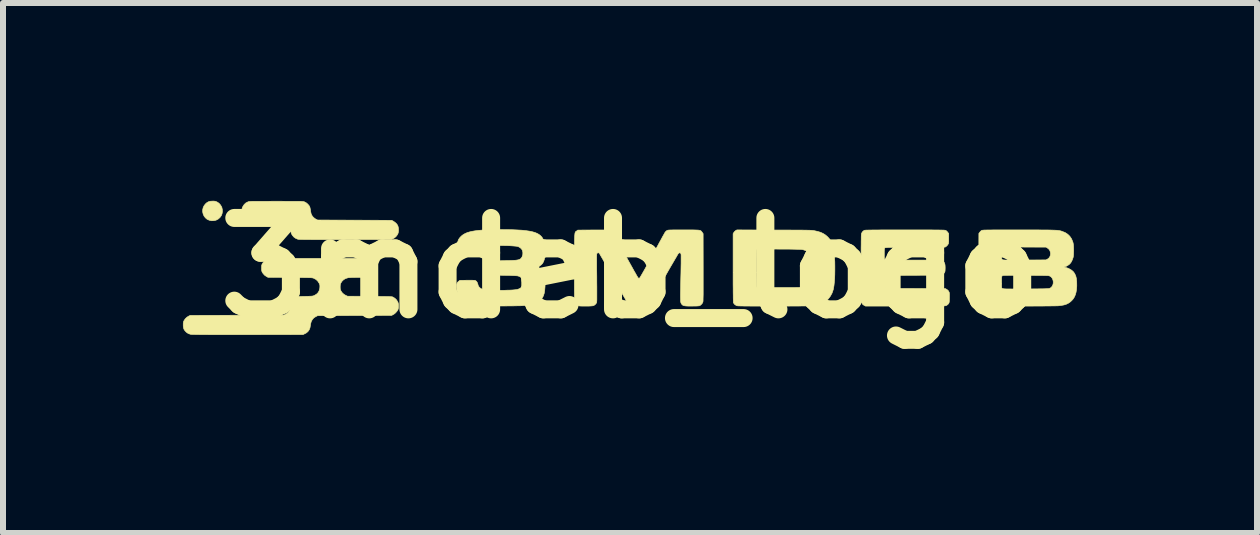
<source format=kicad_pcb>
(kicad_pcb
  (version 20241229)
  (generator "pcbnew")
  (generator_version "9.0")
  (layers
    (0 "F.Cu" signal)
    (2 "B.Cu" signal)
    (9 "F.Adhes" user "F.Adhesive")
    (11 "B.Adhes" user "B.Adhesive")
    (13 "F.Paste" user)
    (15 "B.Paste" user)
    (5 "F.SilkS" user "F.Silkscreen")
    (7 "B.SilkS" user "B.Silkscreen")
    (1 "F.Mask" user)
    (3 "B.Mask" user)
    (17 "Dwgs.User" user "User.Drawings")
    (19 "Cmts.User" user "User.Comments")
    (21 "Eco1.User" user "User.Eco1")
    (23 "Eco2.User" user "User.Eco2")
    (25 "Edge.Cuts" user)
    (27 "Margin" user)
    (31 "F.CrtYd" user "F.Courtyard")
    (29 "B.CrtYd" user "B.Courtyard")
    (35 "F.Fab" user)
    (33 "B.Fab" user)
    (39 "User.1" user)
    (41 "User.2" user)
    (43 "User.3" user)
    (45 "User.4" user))
  (footprint "3mdeb_logo"
    (layer "F.Cu")
    (at 7.46 1.418)
    (property "Reference" "3mdeb_logo" (at 0 0 0) (layer "F.SilkS") (effects (font (size 1.524 1.524) (thickness 0.3))))
    (attr through_hole)
    (fp_poly (pts (xy -6.943 -1.115) (xy -6.926 -1.113) (xy -6.912 -1.109) (xy -6.897 -1.103) (xy -6.892 -1.101) (xy -6.86 -1.08) (xy -6.834 -1.051) (xy -6.814 -1.017) (xy -6.812 -1.012) (xy -6.804 -0.977) (xy -6.802 -0.941) (xy -6.808 -0.905) (xy -6.82 -0.874) (xy -6.843 -0.842) (xy -6.873 -0.816) (xy -6.907 -0.798) (xy -6.945 -0.789) (xy -6.984 -0.788) (xy -7.023 -0.797) (xy -7.058 -0.813) (xy -7.086 -0.837) (xy -7.108 -0.866) (xy -7.123 -0.899) (xy -7.131 -0.934) (xy -7.131 -0.971) (xy -7.123 -1.007) (xy -7.107 -1.04) (xy -7.084 -1.069) (xy -7.059 -1.091) (xy -7.033 -1.105) (xy -7.003 -1.113) (xy -6.967 -1.115) (xy -6.943 -1.115)) (stroke (width 0.01) (type solid)) (fill yes) (layer "F.SilkS"))
    (fp_poly (pts (xy -5.828 -1.113) (xy -5.76 -1.112) (xy -5.701 -1.112) (xy -5.65 -1.112) (xy -5.607 -1.112) (xy -5.57 -1.112) (xy -5.54 -1.112) (xy -5.515 -1.111) (xy -5.495 -1.111) (xy -5.479 -1.11) (xy -5.466 -1.109) (xy -5.457 -1.108) (xy -5.449 -1.107) (xy -5.443 -1.105) (xy -5.438 -1.104) (xy -5.433 -1.102) (xy -5.405 -1.087) (xy -5.379 -1.065) (xy -5.357 -1.039) (xy -5.349 -1.026) (xy -5.343 -1.01) (xy -5.338 -0.987) (xy -5.334 -0.964) (xy -5.331 -0.941) (xy -5.326 -0.918) (xy -5.322 -0.9) (xy -5.321 -0.899) (xy -5.307 -0.871) (xy -5.285 -0.844) (xy -5.258 -0.823) (xy -5.244 -0.814) (xy -5.215 -0.8) (xy -3.98 -0.795) (xy -3.954 -0.781) (xy -3.923 -0.76) (xy -3.896 -0.734) (xy -3.88 -0.709) (xy -3.872 -0.686) (xy -3.867 -0.658) (xy -3.866 -0.628) (xy -3.869 -0.599) (xy -3.873 -0.58) (xy -3.887 -0.552) (xy -3.908 -0.525) (xy -3.934 -0.502) (xy -3.956 -0.489) (xy -3.985 -0.475) (xy -4.752 -0.474) (xy -4.861 -0.474) (xy -4.959 -0.474) (xy -5.049 -0.474) (xy -5.129 -0.474) (xy -5.201 -0.474) (xy -5.265 -0.474) (xy -5.321 -0.474) (xy -5.369 -0.475) (xy -5.411 -0.475) (xy -5.446 -0.475) (xy -5.475 -0.476) (xy -5.499 -0.476) (xy -5.517 -0.477) (xy -5.53 -0.478) (xy -5.539 -0.479) (xy -5.543 -0.479) (xy -5.581 -0.495) (xy -5.613 -0.518) (xy -5.638 -0.548) (xy -5.652 -0.574) (xy -5.656 -0.587) (xy -5.66 -0.607) (xy -5.663 -0.629) (xy -5.664 -0.635) (xy -5.672 -0.679) (xy -5.688 -0.716) (xy -5.711 -0.746) (xy -5.742 -0.77) (xy -5.76 -0.779) (xy -5.765 -0.781) (xy -5.771 -0.783) (xy -5.777 -0.785) (xy -5.786 -0.786) (xy -5.797 -0.788) (xy -5.813 -0.788) (xy -5.832 -0.789) (xy -5.857 -0.79) (xy -5.888 -0.791) (xy -5.926 -0.791) (xy -5.971 -0.792) (xy -6.026 -0.792) (xy -6.076 -0.792) (xy -6.137 -0.793) (xy -6.19 -0.794) (xy -6.234 -0.794) (xy -6.27 -0.795) (xy -6.3 -0.795) (xy -6.323 -0.796) (xy -6.341 -0.797) (xy -6.355 -0.798) (xy -6.366 -0.799) (xy -6.373 -0.8) (xy -6.379 -0.802) (xy -6.384 -0.804) (xy -6.389 -0.806) (xy -6.389 -0.806) (xy -6.422 -0.828) (xy -6.446 -0.855) (xy -6.462 -0.88) (xy -6.47 -0.898) (xy -6.474 -0.913) (xy -6.476 -0.93) (xy -6.477 -0.953) (xy -6.476 -0.975) (xy -6.474 -0.992) (xy -6.47 -1.008) (xy -6.461 -1.025) (xy -6.439 -1.059) (xy -6.411 -1.085) (xy -6.377 -1.102) (xy -6.372 -1.104) (xy -6.367 -1.106) (xy -6.36 -1.107) (xy -6.352 -1.108) (xy -6.342 -1.109) (xy -6.329 -1.11) (xy -6.312 -1.111) (xy -6.29 -1.111) (xy -6.264 -1.112) (xy -6.232 -1.112) (xy -6.194 -1.112) (xy -6.148 -1.112) (xy -6.096 -1.112) (xy -6.034 -1.112) (xy -5.964 -1.113) (xy -5.905 -1.113) (xy -5.828 -1.113)) (stroke (width 0.01) (type solid)) (fill yes) (layer "F.SilkS"))
    (fp_poly (pts (xy 2.395 -0.633) (xy 2.488 -0.633) (xy 2.57 -0.633) (xy 2.644 -0.633) (xy 2.709 -0.632) (xy 2.767 -0.632) (xy 2.817 -0.632) (xy 2.86 -0.632) (xy 2.898 -0.631) (xy 2.93 -0.631) (xy 2.957 -0.63) (xy 2.979 -0.63) (xy 2.998 -0.629) (xy 3.014 -0.628) (xy 3.027 -0.627) (xy 3.038 -0.626) (xy 3.047 -0.625) (xy 3.056 -0.624) (xy 3.064 -0.622) (xy 3.071 -0.621) (xy 3.124 -0.609) (xy 3.17 -0.595) (xy 3.209 -0.577) (xy 3.244 -0.556) (xy 3.276 -0.53) (xy 3.284 -0.523) (xy 3.311 -0.494) (xy 3.334 -0.464) (xy 3.353 -0.43) (xy 3.368 -0.392) (xy 3.381 -0.348) (xy 3.39 -0.298) (xy 3.398 -0.24) (xy 3.403 -0.173) (xy 3.403 -0.17) (xy 3.407 -0.104) (xy 3.408 -0.034) (xy 3.408 0.038) (xy 3.407 0.11) (xy 3.404 0.179) (xy 3.399 0.242) (xy 3.393 0.297) (xy 3.381 0.361) (xy 3.361 0.419) (xy 3.333 0.47) (xy 3.299 0.515) (xy 3.259 0.553) (xy 3.212 0.583) (xy 3.159 0.606) (xy 3.125 0.615) (xy 3.111 0.618) (xy 3.096 0.62) (xy 3.081 0.623) (xy 3.065 0.625) (xy 3.047 0.627) (xy 3.026 0.628) (xy 3.002 0.63) (xy 2.974 0.631) (xy 2.942 0.632) (xy 2.905 0.633) (xy 2.862 0.633) (xy 2.814 0.634) (xy 2.758 0.634) (xy 2.696 0.634) (xy 2.625 0.635) (xy 2.546 0.635) (xy 2.458 0.635) (xy 2.375 0.635) (xy 2.285 0.635) (xy 2.205 0.635) (xy 2.133 0.635) (xy 2.07 0.635) (xy 2.015 0.635) (xy 1.968 0.634) (xy 1.927 0.634) (xy 1.892 0.634) (xy 1.863 0.633) (xy 1.839 0.633) (xy 1.82 0.632) (xy 1.805 0.632) (xy 1.793 0.631) (xy 1.784 0.63) (xy 1.777 0.629) (xy 1.772 0.628) (xy 1.768 0.626) (xy 1.765 0.625) (xy 1.74 0.609) (xy 1.722 0.587) (xy 1.717 0.578) (xy 1.716 0.571) (xy 1.716 0.555) (xy 1.715 0.531) (xy 1.714 0.498) (xy 1.714 0.456) (xy 1.713 0.404) (xy 1.713 0.343) (xy 1.712 0.273) (xy 1.712 0.193) (xy 1.712 0.103) (xy 1.712 0.005) (xy 2.103 0.005) (xy 2.103 0.073) (xy 2.103 0.131) (xy 2.104 0.18) (xy 2.104 0.221) (xy 2.105 0.254) (xy 2.105 0.279) (xy 2.106 0.298) (xy 2.107 0.31) (xy 2.108 0.317) (xy 2.109 0.319) (xy 2.113 0.32) (xy 2.122 0.321) (xy 2.136 0.322) (xy 2.157 0.323) (xy 2.184 0.324) (xy 2.218 0.324) (xy 2.26 0.325) (xy 2.311 0.325) (xy 2.37 0.325) (xy 2.438 0.325) (xy 2.487 0.325) (xy 2.558 0.325) (xy 2.619 0.325) (xy 2.671 0.325) (xy 2.716 0.325) (xy 2.753 0.325) (xy 2.784 0.324) (xy 2.809 0.324) (xy 2.83 0.323) (xy 2.846 0.322) (xy 2.859 0.321) (xy 2.869 0.32) (xy 2.877 0.319) (xy 2.884 0.317) (xy 2.89 0.315) (xy 2.892 0.315) (xy 2.93 0.299) (xy 2.959 0.278) (xy 2.981 0.249) (xy 2.997 0.213) (xy 3 0.202) (xy 3.006 0.175) (xy 3.01 0.14) (xy 3.014 0.1) (xy 3.016 0.056) (xy 3.017 0.011) (xy 3.016 -0.033) (xy 3.016 -0.038) (xy 3.012 -0.097) (xy 3.007 -0.146) (xy 2.998 -0.188) (xy 2.987 -0.222) (xy 2.971 -0.249) (xy 2.952 -0.27) (xy 2.927 -0.287) (xy 2.898 -0.299) (xy 2.866 -0.308) (xy 2.854 -0.309) (xy 2.834 -0.31) (xy 2.807 -0.311) (xy 2.772 -0.312) (xy 2.732 -0.313) (xy 2.687 -0.314) (xy 2.638 -0.315) (xy 2.587 -0.315) (xy 2.534 -0.315) (xy 2.48 -0.315) (xy 2.426 -0.316) (xy 2.373 -0.315) (xy 2.322 -0.315) (xy 2.275 -0.315) (xy 2.231 -0.314) (xy 2.193 -0.313) (xy 2.161 -0.313) (xy 2.135 -0.312) (xy 2.118 -0.31) (xy 2.11 -0.309) (xy 2.109 -0.309) (xy 2.108 -0.305) (xy 2.107 -0.296) (xy 2.106 -0.281) (xy 2.105 -0.259) (xy 2.104 -0.231) (xy 2.104 -0.195) (xy 2.103 -0.151) (xy 2.103 -0.099) (xy 2.103 -0.037) (xy 2.103 0.005) (xy 1.712 0.005) (xy 1.712 0.004) (xy 1.712 -0.004) (xy 1.712 -0.572) (xy 1.724 -0.592) (xy 1.736 -0.608) (xy 1.752 -0.622) (xy 1.755 -0.624) (xy 1.775 -0.635) (xy 2.395 -0.633)) (stroke (width 0.01) (type solid)) (fill yes) (layer "F.SilkS"))
    (fp_poly (pts (xy -4.449 -0.149) (xy -4.418 -0.13) (xy -4.39 -0.104) (xy -4.37 -0.074) (xy -4.363 -0.06) (xy -4.359 -0.046) (xy -4.357 -0.031) (xy -4.356 -0.009) (xy -4.356 -0.003) (xy -4.357 0.021) (xy -4.358 0.038) (xy -4.362 0.051) (xy -4.368 0.065) (xy -4.37 0.069) (xy -4.393 0.102) (xy -4.424 0.13) (xy -4.45 0.144) (xy -4.46 0.149) (xy -4.469 0.152) (xy -4.479 0.154) (xy -4.492 0.156) (xy -4.509 0.157) (xy -4.532 0.157) (xy -4.563 0.157) (xy -4.58 0.157) (xy -4.613 0.158) (xy -4.645 0.158) (xy -4.673 0.16) (xy -4.695 0.161) (xy -4.709 0.162) (xy -4.709 0.163) (xy -4.749 0.175) (xy -4.782 0.195) (xy -4.81 0.223) (xy -4.827 0.25) (xy -4.833 0.264) (xy -4.837 0.278) (xy -4.838 0.297) (xy -4.839 0.315) (xy -4.838 0.338) (xy -4.837 0.354) (xy -4.833 0.367) (xy -4.826 0.381) (xy -4.824 0.385) (xy -4.803 0.415) (xy -4.776 0.439) (xy -4.745 0.457) (xy -4.717 0.47) (xy -4.348 0.472) (xy -4.278 0.473) (xy -4.217 0.473) (xy -4.165 0.474) (xy -4.12 0.474) (xy -4.083 0.475) (xy -4.053 0.476) (xy -4.028 0.476) (xy -4.009 0.477) (xy -3.993 0.478) (xy -3.982 0.479) (xy -3.973 0.48) (xy -3.967 0.482) (xy -3.962 0.483) (xy -3.96 0.484) (xy -3.926 0.505) (xy -3.898 0.533) (xy -3.882 0.56) (xy -3.873 0.578) (xy -3.869 0.593) (xy -3.866 0.61) (xy -3.866 0.632) (xy -3.867 0.66) (xy -3.871 0.681) (xy -3.876 0.696) (xy -3.893 0.722) (xy -3.916 0.748) (xy -3.942 0.769) (xy -3.955 0.776) (xy -3.98 0.79) (xy -5.215 0.795) (xy -5.243 0.809) (xy -5.277 0.83) (xy -5.302 0.858) (xy -5.321 0.892) (xy -5.332 0.933) (xy -5.335 0.954) (xy -5.342 0.996) (xy -5.356 1.031) (xy -5.377 1.06) (xy -5.405 1.083) (xy -5.424 1.093) (xy -5.458 1.11) (xy -6.383 1.111) (xy -6.502 1.111) (xy -6.612 1.111) (xy -6.712 1.111) (xy -6.803 1.111) (xy -6.885 1.111) (xy -6.959 1.111) (xy -7.026 1.111) (xy -7.084 1.11) (xy -7.135 1.11) (xy -7.18 1.11) (xy -7.218 1.109) (xy -7.25 1.109) (xy -7.276 1.108) (xy -7.297 1.108) (xy -7.313 1.107) (xy -7.324 1.107) (xy -7.331 1.106) (xy -7.333 1.105) (xy -7.365 1.095) (xy -7.391 1.08) (xy -7.412 1.062) (xy -7.431 1.04) (xy -7.444 1.019) (xy -7.451 0.996) (xy -7.455 0.968) (xy -7.455 0.95) (xy -7.455 0.926) (xy -7.453 0.909) (xy -7.45 0.895) (xy -7.445 0.883) (xy -7.441 0.876) (xy -7.421 0.846) (xy -7.393 0.82) (xy -7.362 0.801) (xy -7.338 0.79) (xy -5.779 0.785) (xy -5.755 0.774) (xy -5.722 0.753) (xy -5.696 0.726) (xy -5.678 0.691) (xy -5.666 0.65) (xy -5.664 0.633) (xy -5.661 0.61) (xy -5.656 0.587) (xy -5.651 0.57) (xy -5.65 0.567) (xy -5.632 0.538) (xy -5.607 0.511) (xy -5.579 0.49) (xy -5.576 0.489) (xy -5.567 0.484) (xy -5.56 0.481) (xy -5.551 0.479) (xy -5.54 0.477) (xy -5.526 0.476) (xy -5.506 0.475) (xy -5.479 0.474) (xy -5.445 0.473) (xy -5.423 0.473) (xy -5.384 0.472) (xy -5.353 0.471) (xy -5.33 0.47) (xy -5.312 0.469) (xy -5.299 0.467) (xy -5.289 0.465) (xy -5.28 0.462) (xy -5.271 0.458) (xy -5.268 0.457) (xy -5.233 0.436) (xy -5.206 0.409) (xy -5.189 0.377) (xy -5.179 0.34) (xy -5.178 0.324) (xy -5.177 0.303) (xy -5.178 0.287) (xy -5.181 0.274) (xy -5.188 0.257) (xy -5.191 0.252) (xy -5.213 0.218) (xy -5.242 0.191) (xy -5.278 0.172) (xy -5.279 0.171) (xy -5.284 0.169) (xy -5.29 0.167) (xy -5.296 0.166) (xy -5.304 0.164) (xy -5.314 0.163) (xy -5.328 0.162) (xy -5.345 0.161) (xy -5.367 0.161) (xy -5.394 0.16) (xy -5.427 0.16) (xy -5.467 0.159) (xy -5.514 0.159) (xy -5.57 0.158) (xy -5.635 0.158) (xy -5.674 0.157) (xy -6.043 0.155) (xy -6.07 0.14) (xy -6.101 0.118) (xy -6.126 0.089) (xy -6.138 0.07) (xy -6.144 0.057) (xy -6.147 0.044) (xy -6.149 0.027) (xy -6.149 0.004) (xy -6.149 0) (xy -6.149 -0.024) (xy -6.148 -0.04) (xy -6.145 -0.053) (xy -6.14 -0.065) (xy -6.134 -0.075) (xy -6.114 -0.105) (xy -6.087 -0.129) (xy -6.056 -0.147) (xy -6.027 -0.16) (xy -4.473 -0.16) (xy -4.449 -0.149)) (stroke (width 0.01) (type solid)) (fill yes) (layer "F.SilkS"))
    (fp_poly (pts (xy -2.052 -0.639) (xy -1.962 -0.638) (xy -1.881 -0.634) (xy -1.808 -0.63) (xy -1.744 -0.623) (xy -1.687 -0.615) (xy -1.638 -0.605) (xy -1.595 -0.593) (xy -1.558 -0.578) (xy -1.527 -0.561) (xy -1.501 -0.541) (xy -1.479 -0.519) (xy -1.462 -0.493) (xy -1.449 -0.465) (xy -1.438 -0.433) (xy -1.434 -0.416) (xy -1.43 -0.393) (xy -1.428 -0.362) (xy -1.426 -0.327) (xy -1.425 -0.289) (xy -1.425 -0.251) (xy -1.426 -0.215) (xy -1.429 -0.183) (xy -1.432 -0.158) (xy -1.434 -0.148) (xy -1.447 -0.11) (xy -1.463 -0.079) (xy -1.485 -0.055) (xy -1.512 -0.035) (xy -1.548 -0.018) (xy -1.564 -0.012) (xy -1.596 -0.001) (xy -1.562 0.01) (xy -1.526 0.025) (xy -1.495 0.044) (xy -1.471 0.069) (xy -1.452 0.098) (xy -1.438 0.134) (xy -1.429 0.177) (xy -1.424 0.228) (xy -1.423 0.288) (xy -1.424 0.312) (xy -1.429 0.37) (xy -1.437 0.421) (xy -1.451 0.464) (xy -1.47 0.501) (xy -1.495 0.532) (xy -1.527 0.558) (xy -1.566 0.579) (xy -1.612 0.596) (xy -1.668 0.61) (xy -1.733 0.621) (xy -1.748 0.623) (xy -1.763 0.625) (xy -1.781 0.626) (xy -1.802 0.628) (xy -1.826 0.629) (xy -1.856 0.63) (xy -1.891 0.63) (xy -1.932 0.631) (xy -1.98 0.632) (xy -2.037 0.632) (xy -2.103 0.633) (xy -2.118 0.633) (xy -2.175 0.633) (xy -2.231 0.633) (xy -2.283 0.633) (xy -2.332 0.632) (xy -2.377 0.632) (xy -2.415 0.632) (xy -2.446 0.631) (xy -2.469 0.63) (xy -2.482 0.63) (xy -2.544 0.624) (xy -2.597 0.617) (xy -2.643 0.609) (xy -2.683 0.6) (xy -2.718 0.588) (xy -2.75 0.575) (xy -2.752 0.574) (xy -2.793 0.55) (xy -2.827 0.522) (xy -2.854 0.488) (xy -2.874 0.449) (xy -2.888 0.403) (xy -2.895 0.349) (xy -2.897 0.312) (xy -2.897 0.283) (xy -2.893 0.261) (xy -2.886 0.244) (xy -2.873 0.229) (xy -2.862 0.22) (xy -2.843 0.206) (xy -2.721 0.204) (xy -2.676 0.204) (xy -2.641 0.204) (xy -2.614 0.205) (xy -2.596 0.206) (xy -2.586 0.208) (xy -2.585 0.209) (xy -2.566 0.222) (xy -2.553 0.243) (xy -2.545 0.266) (xy -2.536 0.297) (xy -2.521 0.32) (xy -2.5 0.338) (xy -2.472 0.353) (xy -2.465 0.356) (xy -2.455 0.359) (xy -2.444 0.362) (xy -2.432 0.364) (xy -2.416 0.366) (xy -2.395 0.368) (xy -2.368 0.369) (xy -2.333 0.37) (xy -2.306 0.371) (xy -2.258 0.372) (xy -2.208 0.372) (xy -2.157 0.372) (xy -2.106 0.372) (xy -2.058 0.37) (xy -2.012 0.369) (xy -1.971 0.367) (xy -1.936 0.364) (xy -1.908 0.361) (xy -1.889 0.358) (xy -1.887 0.358) (xy -1.853 0.346) (xy -1.827 0.33) (xy -1.81 0.308) (xy -1.799 0.279) (xy -1.796 0.244) (xy -1.796 0.241) (xy -1.796 0.219) (xy -1.799 0.202) (xy -1.803 0.189) (xy -1.808 0.179) (xy -1.825 0.157) (xy -1.848 0.141) (xy -1.878 0.132) (xy -1.889 0.13) (xy -1.908 0.129) (xy -1.936 0.127) (xy -1.969 0.126) (xy -2.006 0.124) (xy -2.047 0.123) (xy -2.073 0.123) (xy -2.121 0.122) (xy -2.161 0.121) (xy -2.193 0.119) (xy -2.218 0.118) (xy -2.237 0.116) (xy -2.252 0.113) (xy -2.263 0.109) (xy -2.271 0.103) (xy -2.278 0.097) (xy -2.285 0.089) (xy -2.29 0.083) (xy -2.296 0.073) (xy -2.301 0.064) (xy -2.303 0.052) (xy -2.305 0.035) (xy -2.306 0.014) (xy -2.306 -0.01) (xy -2.306 -0.032) (xy -2.305 -0.049) (xy -2.304 -0.054) (xy -2.297 -0.072) (xy -2.283 -0.09) (xy -2.267 -0.106) (xy -2.25 -0.116) (xy -2.249 -0.116) (xy -2.24 -0.118) (xy -2.222 -0.119) (xy -2.197 -0.12) (xy -2.166 -0.121) (xy -2.13 -0.122) (xy -2.091 -0.123) (xy -2.078 -0.124) (xy -2.022 -0.125) (xy -1.976 -0.126) (xy -1.938 -0.128) (xy -1.908 -0.13) (xy -1.883 -0.134) (xy -1.863 -0.138) (xy -1.848 -0.144) (xy -1.836 -0.151) (xy -1.825 -0.159) (xy -1.819 -0.166) (xy -1.804 -0.19) (xy -1.795 -0.221) (xy -1.793 -0.254) (xy -1.799 -0.287) (xy -1.81 -0.31) (xy -1.829 -0.331) (xy -1.853 -0.348) (xy -1.875 -0.358) (xy -1.893 -0.362) (xy -1.92 -0.365) (xy -1.956 -0.368) (xy -1.998 -0.371) (xy -2.047 -0.373) (xy -2.101 -0.374) (xy -2.159 -0.375) (xy -2.207 -0.376) (xy -2.27 -0.375) (xy -2.324 -0.374) (xy -2.369 -0.372) (xy -2.405 -0.369) (xy -2.435 -0.365) (xy -2.458 -0.361) (xy -2.473 -0.355) (xy -2.5 -0.34) (xy -2.522 -0.318) (xy -2.537 -0.294) (xy -2.54 -0.284) (xy -2.552 -0.25) (xy -2.567 -0.226) (xy -2.577 -0.216) (xy -2.582 -0.213) (xy -2.588 -0.21) (xy -2.596 -0.209) (xy -2.607 -0.207) (xy -2.623 -0.206) (xy -2.645 -0.206) (xy -2.674 -0.206) (xy -2.713 -0.206) (xy -2.715 -0.206) (xy -2.753 -0.206) (xy -2.783 -0.206) (xy -2.805 -0.206) (xy -2.821 -0.207) (xy -2.833 -0.208) (xy -2.841 -0.21) (xy -2.848 -0.213) (xy -2.854 -0.216) (xy -2.857 -0.218) (xy -2.873 -0.234) (xy -2.887 -0.255) (xy -2.889 -0.258) (xy -2.894 -0.27) (xy -2.898 -0.279) (xy -2.9 -0.29) (xy -2.9 -0.303) (xy -2.898 -0.321) (xy -2.896 -0.342) (xy -2.89 -0.387) (xy -2.883 -0.423) (xy -2.874 -0.453) (xy -2.863 -0.479) (xy -2.847 -0.502) (xy -2.828 -0.523) (xy -2.826 -0.525) (xy -2.804 -0.545) (xy -2.779 -0.562) (xy -2.751 -0.577) (xy -2.718 -0.591) (xy -2.68 -0.602) (xy -2.638 -0.612) (xy -2.589 -0.62) (xy -2.534 -0.627) (xy -2.471 -0.632) (xy -2.401 -0.636) (xy -2.322 -0.638) (xy -2.235 -0.64) (xy -2.151 -0.64) (xy -2.052 -0.639)) (stroke (width 0.01) (type solid)) (fill yes) (layer "F.SilkS"))
    (fp_poly (pts (xy 4.674 -0.635) (xy 4.76 -0.635) (xy 4.837 -0.635) (xy 4.905 -0.635) (xy 4.965 -0.635) (xy 5.018 -0.635) (xy 5.064 -0.634) (xy 5.103 -0.634) (xy 5.136 -0.634) (xy 5.164 -0.633) (xy 5.187 -0.633) (xy 5.206 -0.632) (xy 5.22 -0.632) (xy 5.232 -0.631) (xy 5.241 -0.63) (xy 5.247 -0.629) (xy 5.252 -0.628) (xy 5.255 -0.627) (xy 5.258 -0.626) (xy 5.272 -0.616) (xy 5.286 -0.601) (xy 5.291 -0.595) (xy 5.306 -0.573) (xy 5.306 -0.494) (xy 5.306 -0.463) (xy 5.306 -0.441) (xy 5.304 -0.425) (xy 5.303 -0.413) (xy 5.3 -0.404) (xy 5.296 -0.396) (xy 5.294 -0.394) (xy 5.283 -0.378) (xy 5.268 -0.363) (xy 5.264 -0.361) (xy 5.246 -0.348) (xy 4.746 -0.345) (xy 4.664 -0.345) (xy 4.591 -0.345) (xy 4.527 -0.344) (xy 4.472 -0.344) (xy 4.424 -0.343) (xy 4.383 -0.343) (xy 4.349 -0.343) (xy 4.321 -0.342) (xy 4.299 -0.342) (xy 4.281 -0.341) (xy 4.267 -0.34) (xy 4.257 -0.339) (xy 4.25 -0.338) (xy 4.245 -0.337) (xy 4.242 -0.336) (xy 4.24 -0.334) (xy 4.239 -0.333) (xy 4.236 -0.327) (xy 4.234 -0.316) (xy 4.233 -0.299) (xy 4.232 -0.274) (xy 4.232 -0.241) (xy 4.232 -0.238) (xy 4.232 -0.206) (xy 4.232 -0.183) (xy 4.233 -0.167) (xy 4.234 -0.156) (xy 4.237 -0.149) (xy 4.24 -0.144) (xy 4.242 -0.142) (xy 4.244 -0.141) (xy 4.246 -0.139) (xy 4.25 -0.138) (xy 4.255 -0.136) (xy 4.263 -0.136) (xy 4.274 -0.135) (xy 4.289 -0.134) (xy 4.308 -0.133) (xy 4.332 -0.133) (xy 4.362 -0.133) (xy 4.398 -0.132) (xy 4.44 -0.132) (xy 4.491 -0.132) (xy 4.549 -0.132) (xy 4.616 -0.132) (xy 4.692 -0.132) (xy 4.713 -0.132) (xy 4.792 -0.132) (xy 4.862 -0.132) (xy 4.922 -0.132) (xy 4.975 -0.132) (xy 5.02 -0.131) (xy 5.057 -0.131) (xy 5.089 -0.131) (xy 5.115 -0.13) (xy 5.136 -0.13) (xy 5.153 -0.129) (xy 5.165 -0.128) (xy 5.175 -0.127) (xy 5.182 -0.126) (xy 5.188 -0.125) (xy 5.192 -0.123) (xy 5.195 -0.122) (xy 5.215 -0.111) (xy 5.229 -0.096) (xy 5.239 -0.076) (xy 5.245 -0.05) (xy 5.247 -0.016) (xy 5.247 0.008) (xy 5.246 0.033) (xy 5.245 0.051) (xy 5.242 0.063) (xy 5.239 0.072) (xy 5.233 0.08) (xy 5.231 0.083) (xy 5.226 0.089) (xy 5.223 0.094) (xy 5.219 0.099) (xy 5.215 0.103) (xy 5.21 0.107) (xy 5.202 0.11) (xy 5.193 0.112) (xy 5.18 0.114) (xy 5.164 0.116) (xy 5.143 0.117) (xy 5.118 0.118) (xy 5.086 0.119) (xy 5.049 0.12) (xy 5.005 0.12) (xy 4.953 0.121) (xy 4.894 0.121) (xy 4.825 0.121) (xy 4.748 0.122) (xy 4.718 0.122) (xy 4.638 0.122) (xy 4.568 0.123) (xy 4.506 0.123) (xy 4.453 0.124) (xy 4.408 0.124) (xy 4.369 0.124) (xy 4.338 0.125) (xy 4.312 0.125) (xy 4.291 0.126) (xy 4.274 0.127) (xy 4.262 0.128) (xy 4.253 0.128) (xy 4.247 0.13) (xy 4.243 0.131) (xy 4.241 0.132) (xy 4.239 0.134) (xy 4.239 0.134) (xy 4.236 0.14) (xy 4.234 0.151) (xy 4.233 0.168) (xy 4.232 0.191) (xy 4.232 0.224) (xy 4.232 0.234) (xy 4.232 0.267) (xy 4.232 0.291) (xy 4.233 0.307) (xy 4.234 0.319) (xy 4.236 0.326) (xy 4.239 0.33) (xy 4.241 0.332) (xy 4.243 0.333) (xy 4.247 0.334) (xy 4.253 0.336) (xy 4.261 0.336) (xy 4.273 0.337) (xy 4.289 0.338) (xy 4.31 0.339) (xy 4.335 0.339) (xy 4.366 0.34) (xy 4.404 0.34) (xy 4.448 0.34) (xy 4.5 0.341) (xy 4.56 0.341) (xy 4.629 0.341) (xy 4.707 0.341) (xy 4.75 0.342) (xy 5.25 0.343) (xy 5.274 0.357) (xy 5.295 0.373) (xy 5.308 0.393) (xy 5.313 0.403) (xy 5.316 0.412) (xy 5.317 0.424) (xy 5.318 0.439) (xy 5.318 0.46) (xy 5.318 0.488) (xy 5.318 0.497) (xy 5.317 0.527) (xy 5.316 0.549) (xy 5.315 0.565) (xy 5.313 0.575) (xy 5.31 0.583) (xy 5.306 0.59) (xy 5.302 0.597) (xy 5.288 0.611) (xy 5.271 0.623) (xy 5.266 0.625) (xy 5.263 0.627) (xy 5.259 0.628) (xy 5.254 0.629) (xy 5.247 0.63) (xy 5.238 0.631) (xy 5.226 0.632) (xy 5.211 0.632) (xy 5.192 0.633) (xy 5.168 0.633) (xy 5.14 0.634) (xy 5.106 0.634) (xy 5.067 0.634) (xy 5.021 0.634) (xy 4.968 0.635) (xy 4.907 0.635) (xy 4.839 0.635) (xy 4.761 0.635) (xy 4.675 0.635) (xy 4.582 0.635) (xy 3.919 0.635) (xy 3.898 0.624) (xy 3.875 0.609) (xy 3.859 0.587) (xy 3.851 0.569) (xy 3.851 0.562) (xy 3.85 0.545) (xy 3.849 0.519) (xy 3.848 0.486) (xy 3.848 0.446) (xy 3.847 0.399) (xy 3.847 0.347) (xy 3.846 0.291) (xy 3.846 0.231) (xy 3.846 0.169) (xy 3.845 0.104) (xy 3.845 0.038) (xy 3.845 -0.029) (xy 3.845 -0.095) (xy 3.845 -0.16) (xy 3.846 -0.223) (xy 3.846 -0.284) (xy 3.846 -0.34) (xy 3.847 -0.393) (xy 3.847 -0.44) (xy 3.848 -0.481) (xy 3.848 -0.516) (xy 3.849 -0.542) (xy 3.85 -0.561) (xy 3.851 -0.57) (xy 3.851 -0.57) (xy 3.861 -0.593) (xy 3.878 -0.614) (xy 3.898 -0.627) (xy 3.9 -0.628) (xy 3.904 -0.629) (xy 3.91 -0.63) (xy 3.921 -0.631) (xy 3.935 -0.632) (xy 3.953 -0.632) (xy 3.977 -0.633) (xy 4.005 -0.633) (xy 4.04 -0.634) (xy 4.081 -0.634) (xy 4.128 -0.634) (xy 4.183 -0.635) (xy 4.246 -0.635) (xy 4.317 -0.635) (xy 4.397 -0.635) (xy 4.486 -0.635) (xy 4.578 -0.635) (xy 4.674 -0.635)) (stroke (width 0.01) (type solid)) (fill yes) (layer "F.SilkS"))
    (fp_poly (pts (xy 6.564 -0.635) (xy 6.65 -0.635) (xy 6.726 -0.635) (xy 6.795 -0.635) (xy 6.855 -0.634) (xy 6.908 -0.634) (xy 6.954 -0.634) (xy 6.994 -0.633) (xy 7.029 -0.632) (xy 7.058 -0.631) (xy 7.083 -0.63) (xy 7.105 -0.629) (xy 7.123 -0.627) (xy 7.138 -0.625) (xy 7.152 -0.623) (xy 7.164 -0.621) (xy 7.175 -0.618) (xy 7.185 -0.615) (xy 7.196 -0.611) (xy 7.247 -0.591) (xy 7.29 -0.563) (xy 7.325 -0.529) (xy 7.353 -0.488) (xy 7.373 -0.441) (xy 7.38 -0.418) (xy 7.384 -0.395) (xy 7.387 -0.365) (xy 7.388 -0.33) (xy 7.389 -0.293) (xy 7.388 -0.256) (xy 7.387 -0.222) (xy 7.384 -0.194) (xy 7.38 -0.174) (xy 7.365 -0.132) (xy 7.346 -0.095) (xy 7.328 -0.072) (xy 7.314 -0.059) (xy 7.297 -0.047) (xy 7.277 -0.035) (xy 7.259 -0.025) (xy 7.244 -0.021) (xy 7.241 -0.02) (xy 7.235 -0.019) (xy 7.237 -0.016) (xy 7.246 -0.012) (xy 7.261 -0.007) (xy 7.266 -0.006) (xy 7.285 0.000172) (xy 7.306 0.009) (xy 7.321 0.016) (xy 7.356 0.037) (xy 7.385 0.063) (xy 7.407 0.095) (xy 7.424 0.132) (xy 7.435 0.176) (xy 7.44 0.228) (xy 7.441 0.288) (xy 7.441 0.3) (xy 7.437 0.357) (xy 7.429 0.405) (xy 7.417 0.447) (xy 7.401 0.484) (xy 7.38 0.517) (xy 7.356 0.544) (xy 7.328 0.569) (xy 7.299 0.588) (xy 7.266 0.604) (xy 7.227 0.616) (xy 7.182 0.624) (xy 7.132 0.63) (xy 7.118 0.631) (xy 7.096 0.631) (xy 7.065 0.632) (xy 7.027 0.632) (xy 6.983 0.633) (xy 6.932 0.633) (xy 6.877 0.634) (xy 6.817 0.634) (xy 6.754 0.634) (xy 6.688 0.635) (xy 6.62 0.635) (xy 6.55 0.635) (xy 6.48 0.635) (xy 6.41 0.635) (xy 6.342 0.635) (xy 6.275 0.634) (xy 6.21 0.634) (xy 6.149 0.634) (xy 6.092 0.634) (xy 6.039 0.633) (xy 5.992 0.633) (xy 5.952 0.632) (xy 5.918 0.632) (xy 5.893 0.631) (xy 5.876 0.63) (xy 5.868 0.629) (xy 5.868 0.629) (xy 5.843 0.615) (xy 5.824 0.595) (xy 5.814 0.578) (xy 5.813 0.574) (xy 5.812 0.568) (xy 5.811 0.561) (xy 5.81 0.551) (xy 5.809 0.538) (xy 5.809 0.521) (xy 5.808 0.5) (xy 5.808 0.474) (xy 5.807 0.442) (xy 5.807 0.405) (xy 5.807 0.361) (xy 5.807 0.31) (xy 5.807 0.252) (xy 5.807 0.235) (xy 6.188 0.235) (xy 6.188 0.265) (xy 6.188 0.291) (xy 6.189 0.313) (xy 6.19 0.327) (xy 6.191 0.333) (xy 6.194 0.336) (xy 6.197 0.339) (xy 6.201 0.342) (xy 6.208 0.344) (xy 6.217 0.345) (xy 6.229 0.347) (xy 6.246 0.348) (xy 6.267 0.349) (xy 6.294 0.349) (xy 6.327 0.349) (xy 6.366 0.35) (xy 6.414 0.35) (xy 6.469 0.349) (xy 6.534 0.349) (xy 6.591 0.349) (xy 6.665 0.349) (xy 6.729 0.348) (xy 6.785 0.348) (xy 6.832 0.347) (xy 6.871 0.347) (xy 6.904 0.346) (xy 6.93 0.345) (xy 6.951 0.344) (xy 6.966 0.343) (xy 6.977 0.342) (xy 6.984 0.341) (xy 6.987 0.34) (xy 7.011 0.327) (xy 7.03 0.306) (xy 7.042 0.282) (xy 7.049 0.254) (xy 7.049 0.225) (xy 7.043 0.196) (xy 7.031 0.17) (xy 7.013 0.148) (xy 6.992 0.135) (xy 6.988 0.133) (xy 6.984 0.131) (xy 6.978 0.13) (xy 6.97 0.128) (xy 6.96 0.127) (xy 6.946 0.127) (xy 6.929 0.126) (xy 6.906 0.125) (xy 6.878 0.125) (xy 6.844 0.124) (xy 6.803 0.124) (xy 6.754 0.124) (xy 6.697 0.123) (xy 6.631 0.123) (xy 6.59 0.123) (xy 6.519 0.123) (xy 6.457 0.123) (xy 6.404 0.122) (xy 6.359 0.122) (xy 6.321 0.122) (xy 6.29 0.123) (xy 6.265 0.123) (xy 6.245 0.123) (xy 6.23 0.124) (xy 6.219 0.125) (xy 6.211 0.126) (xy 6.206 0.127) (xy 6.202 0.129) (xy 6.2 0.13) (xy 6.198 0.132) (xy 6.194 0.136) (xy 6.191 0.142) (xy 6.19 0.15) (xy 6.188 0.162) (xy 6.188 0.181) (xy 6.188 0.206) (xy 6.188 0.235) (xy 5.807 0.235) (xy 5.807 0.185) (xy 5.807 0.109) (xy 5.807 0.024) (xy 5.808 -0.011) (xy 5.808 -0.243) (xy 6.187 -0.243) (xy 6.188 -0.21) (xy 6.188 -0.186) (xy 6.189 -0.169) (xy 6.19 -0.158) (xy 6.192 -0.15) (xy 6.195 -0.145) (xy 6.198 -0.142) (xy 6.2 -0.14) (xy 6.203 -0.138) (xy 6.207 -0.137) (xy 6.212 -0.136) (xy 6.221 -0.135) (xy 6.233 -0.134) (xy 6.249 -0.133) (xy 6.27 -0.133) (xy 6.297 -0.133) (xy 6.329 -0.133) (xy 6.369 -0.133) (xy 6.416 -0.133) (xy 6.472 -0.133) (xy 6.537 -0.133) (xy 6.567 -0.133) (xy 6.927 -0.135) (xy 6.951 -0.147) (xy 6.974 -0.163) (xy 6.991 -0.186) (xy 7.001 -0.212) (xy 7.004 -0.24) (xy 7 -0.268) (xy 6.99 -0.295) (xy 6.972 -0.318) (xy 6.948 -0.336) (xy 6.948 -0.337) (xy 6.927 -0.348) (xy 6.566 -0.349) (xy 6.497 -0.35) (xy 6.437 -0.35) (xy 6.386 -0.35) (xy 6.342 -0.35) (xy 6.307 -0.35) (xy 6.277 -0.35) (xy 6.254 -0.349) (xy 6.236 -0.349) (xy 6.222 -0.348) (xy 6.212 -0.347) (xy 6.205 -0.346) (xy 6.201 -0.344) (xy 6.198 -0.343) (xy 6.197 -0.342) (xy 6.193 -0.338) (xy 6.191 -0.333) (xy 6.189 -0.324) (xy 6.188 -0.31) (xy 6.188 -0.29) (xy 6.187 -0.262) (xy 6.187 -0.243) (xy 5.808 -0.243) (xy 5.809 -0.577) (xy 5.824 -0.596) (xy 5.836 -0.611) (xy 5.85 -0.623) (xy 5.854 -0.625) (xy 5.857 -0.627) (xy 5.86 -0.628) (xy 5.864 -0.629) (xy 5.871 -0.63) (xy 5.879 -0.631) (xy 5.89 -0.632) (xy 5.905 -0.633) (xy 5.924 -0.633) (xy 5.947 -0.634) (xy 5.975 -0.634) (xy 6.008 -0.634) (xy 6.048 -0.635) (xy 6.095 -0.635) (xy 6.149 -0.635) (xy 6.211 -0.635) (xy 6.281 -0.635) (xy 6.36 -0.635) (xy 6.448 -0.635) (xy 6.469 -0.635) (xy 6.564 -0.635)) (stroke (width 0.01) (type solid)) (fill yes) (layer "F.SilkS"))
    (fp_poly (pts (xy 0.999 -0.635) (xy 1.042 -0.635) (xy 1.077 -0.634) (xy 1.105 -0.633) (xy 1.127 -0.632) (xy 1.145 -0.63) (xy 1.158 -0.627) (xy 1.168 -0.624) (xy 1.176 -0.619) (xy 1.182 -0.613) (xy 1.188 -0.606) (xy 1.194 -0.598) (xy 1.196 -0.595) (xy 1.212 -0.573) (xy 1.213 -0.014) (xy 1.213 0.085) (xy 1.213 0.175) (xy 1.213 0.254) (xy 1.213 0.325) (xy 1.213 0.385) (xy 1.213 0.437) (xy 1.212 0.48) (xy 1.211 0.513) (xy 1.211 0.539) (xy 1.21 0.555) (xy 1.209 0.564) (xy 1.209 0.564) (xy 1.2 0.585) (xy 1.184 0.605) (xy 1.166 0.621) (xy 1.149 0.63) (xy 1.138 0.631) (xy 1.119 0.633) (xy 1.094 0.634) (xy 1.064 0.634) (xy 1.031 0.635) (xy 1.019 0.635) (xy 0.977 0.635) (xy 0.943 0.634) (xy 0.918 0.632) (xy 0.898 0.629) (xy 0.883 0.625) (xy 0.871 0.619) (xy 0.862 0.611) (xy 0.854 0.602) (xy 0.85 0.597) (xy 0.847 0.591) (xy 0.844 0.585) (xy 0.841 0.578) (xy 0.839 0.568) (xy 0.837 0.556) (xy 0.836 0.54) (xy 0.836 0.52) (xy 0.835 0.495) (xy 0.835 0.465) (xy 0.835 0.428) (xy 0.836 0.384) (xy 0.837 0.333) (xy 0.838 0.273) (xy 0.839 0.204) (xy 0.84 0.16) (xy 0.842 0.087) (xy 0.843 0.024) (xy 0.844 -0.031) (xy 0.845 -0.078) (xy 0.845 -0.117) (xy 0.845 -0.149) (xy 0.845 -0.175) (xy 0.845 -0.196) (xy 0.845 -0.212) (xy 0.844 -0.224) (xy 0.843 -0.232) (xy 0.842 -0.238) (xy 0.841 -0.242) (xy 0.84 -0.242) (xy 0.829 -0.252) (xy 0.816 -0.253) (xy 0.802 -0.245) (xy 0.796 -0.237) (xy 0.792 -0.231) (xy 0.783 -0.216) (xy 0.77 -0.193) (xy 0.753 -0.164) (xy 0.732 -0.128) (xy 0.708 -0.087) (xy 0.681 -0.041) (xy 0.652 0.009) (xy 0.621 0.063) (xy 0.589 0.12) (xy 0.555 0.179) (xy 0.551 0.185) (xy 0.517 0.245) (xy 0.484 0.302) (xy 0.453 0.356) (xy 0.424 0.406) (xy 0.397 0.452) (xy 0.373 0.494) (xy 0.353 0.529) (xy 0.335 0.559) (xy 0.322 0.581) (xy 0.313 0.597) (xy 0.308 0.604) (xy 0.308 0.604) (xy 0.299 0.613) (xy 0.29 0.62) (xy 0.278 0.626) (xy 0.263 0.63) (xy 0.244 0.632) (xy 0.219 0.634) (xy 0.186 0.635) (xy 0.145 0.635) (xy 0.137 0.635) (xy 0.094 0.635) (xy 0.061 0.634) (xy 0.034 0.633) (xy 0.014 0.63) (xy -0.001 0.626) (xy -0.013 0.621) (xy -0.023 0.615) (xy -0.032 0.606) (xy -0.034 0.604) (xy -0.038 0.598) (xy -0.046 0.583) (xy -0.059 0.562) (xy -0.076 0.533) (xy -0.096 0.498) (xy -0.12 0.457) (xy -0.146 0.411) (xy -0.175 0.36) (xy -0.205 0.306) (xy -0.238 0.249) (xy -0.271 0.189) (xy -0.279 0.175) (xy -0.313 0.115) (xy -0.346 0.058) (xy -0.377 0.003) (xy -0.405 -0.048) (xy -0.432 -0.094) (xy -0.455 -0.136) (xy -0.476 -0.172) (xy -0.493 -0.201) (xy -0.506 -0.224) (xy -0.515 -0.24) (xy -0.519 -0.247) (xy -0.519 -0.248) (xy -0.53 -0.253) (xy -0.543 -0.253) (xy -0.556 -0.246) (xy -0.557 -0.245) (xy -0.558 -0.243) (xy -0.559 -0.24) (xy -0.561 -0.235) (xy -0.562 -0.227) (xy -0.562 -0.215) (xy -0.563 -0.2) (xy -0.563 -0.18) (xy -0.563 -0.155) (xy -0.563 -0.124) (xy -0.563 -0.086) (xy -0.563 -0.041) (xy -0.563 0.012) (xy -0.562 0.074) (xy -0.561 0.145) (xy -0.561 0.16) (xy -0.561 0.24) (xy -0.56 0.309) (xy -0.56 0.369) (xy -0.56 0.421) (xy -0.56 0.464) (xy -0.56 0.5) (xy -0.56 0.528) (xy -0.561 0.549) (xy -0.562 0.564) (xy -0.563 0.573) (xy -0.563 0.575) (xy -0.576 0.597) (xy -0.596 0.616) (xy -0.616 0.627) (xy -0.628 0.63) (xy -0.648 0.632) (xy -0.674 0.634) (xy -0.705 0.635) (xy -0.738 0.635) (xy -0.771 0.635) (xy -0.803 0.635) (xy -0.832 0.634) (xy -0.855 0.632) (xy -0.871 0.629) (xy -0.876 0.628) (xy -0.898 0.614) (xy -0.916 0.594) (xy -0.928 0.572) (xy -0.929 0.567) (xy -0.93 0.561) (xy -0.931 0.548) (xy -0.932 0.529) (xy -0.933 0.503) (xy -0.933 0.47) (xy -0.933 0.429) (xy -0.934 0.38) (xy -0.934 0.324) (xy -0.934 0.258) (xy -0.934 0.184) (xy -0.934 0.1) (xy -0.934 0.007) (xy -0.934 -0.013) (xy -0.933 -0.102) (xy -0.933 -0.181) (xy -0.933 -0.251) (xy -0.933 -0.313) (xy -0.933 -0.367) (xy -0.932 -0.414) (xy -0.932 -0.454) (xy -0.931 -0.488) (xy -0.93 -0.516) (xy -0.929 -0.539) (xy -0.927 -0.558) (xy -0.926 -0.572) (xy -0.923 -0.584) (xy -0.921 -0.593) (xy -0.918 -0.599) (xy -0.915 -0.604) (xy -0.911 -0.608) (xy -0.906 -0.611) (xy -0.901 -0.614) (xy -0.896 -0.618) (xy -0.877 -0.632) (xy -0.615 -0.634) (xy -0.564 -0.634) (xy -0.516 -0.634) (xy -0.472 -0.634) (xy -0.432 -0.634) (xy -0.399 -0.634) (xy -0.372 -0.634) (xy -0.353 -0.633) (xy -0.343 -0.633) (xy -0.342 -0.633) (xy -0.336 -0.631) (xy -0.33 -0.628) (xy -0.324 -0.624) (xy -0.318 -0.618) (xy -0.31 -0.609) (xy -0.302 -0.597) (xy -0.291 -0.582) (xy -0.279 -0.562) (xy -0.264 -0.537) (xy -0.247 -0.507) (xy -0.227 -0.472) (xy -0.203 -0.429) (xy -0.176 -0.38) (xy -0.145 -0.323) (xy -0.109 -0.259) (xy -0.088 -0.22) (xy -0.053 -0.157) (xy -0.02 -0.097) (xy 0.01 -0.043) (xy 0.038 0.007) (xy 0.062 0.051) (xy 0.084 0.088) (xy 0.101 0.119) (xy 0.115 0.143) (xy 0.125 0.158) (xy 0.13 0.166) (xy 0.131 0.166) (xy 0.14 0.171) (xy 0.149 0.169) (xy 0.154 0.166) (xy 0.158 0.161) (xy 0.167 0.146) (xy 0.18 0.124) (xy 0.197 0.095) (xy 0.218 0.058) (xy 0.242 0.016) (xy 0.269 -0.033) (xy 0.298 -0.087) (xy 0.331 -0.145) (xy 0.365 -0.208) (xy 0.365 -0.209) (xy 0.397 -0.266) (xy 0.426 -0.321) (xy 0.455 -0.372) (xy 0.481 -0.421) (xy 0.505 -0.464) (xy 0.526 -0.503) (xy 0.544 -0.536) (xy 0.559 -0.562) (xy 0.57 -0.582) (xy 0.576 -0.593) (xy 0.578 -0.596) (xy 0.59 -0.61) (xy 0.606 -0.623) (xy 0.609 -0.625) (xy 0.614 -0.627) (xy 0.62 -0.629) (xy 0.626 -0.631) (xy 0.635 -0.632) (xy 0.647 -0.633) (xy 0.664 -0.634) (xy 0.685 -0.634) (xy 0.711 -0.635) (xy 0.745 -0.635) (xy 0.786 -0.635) (xy 0.836 -0.635) (xy 0.888 -0.635) (xy 0.948 -0.635) (xy 0.999 -0.635)) (stroke (width 0.01) (type solid)) (fill yes) (layer "F.SilkS")))
  (gr_rect
    (start -3 -3)
    (end 17.906 5.836)
    (stroke (width 0.1) (type default))
    (fill no)
    (layer "Edge.Cuts")))
</source>
